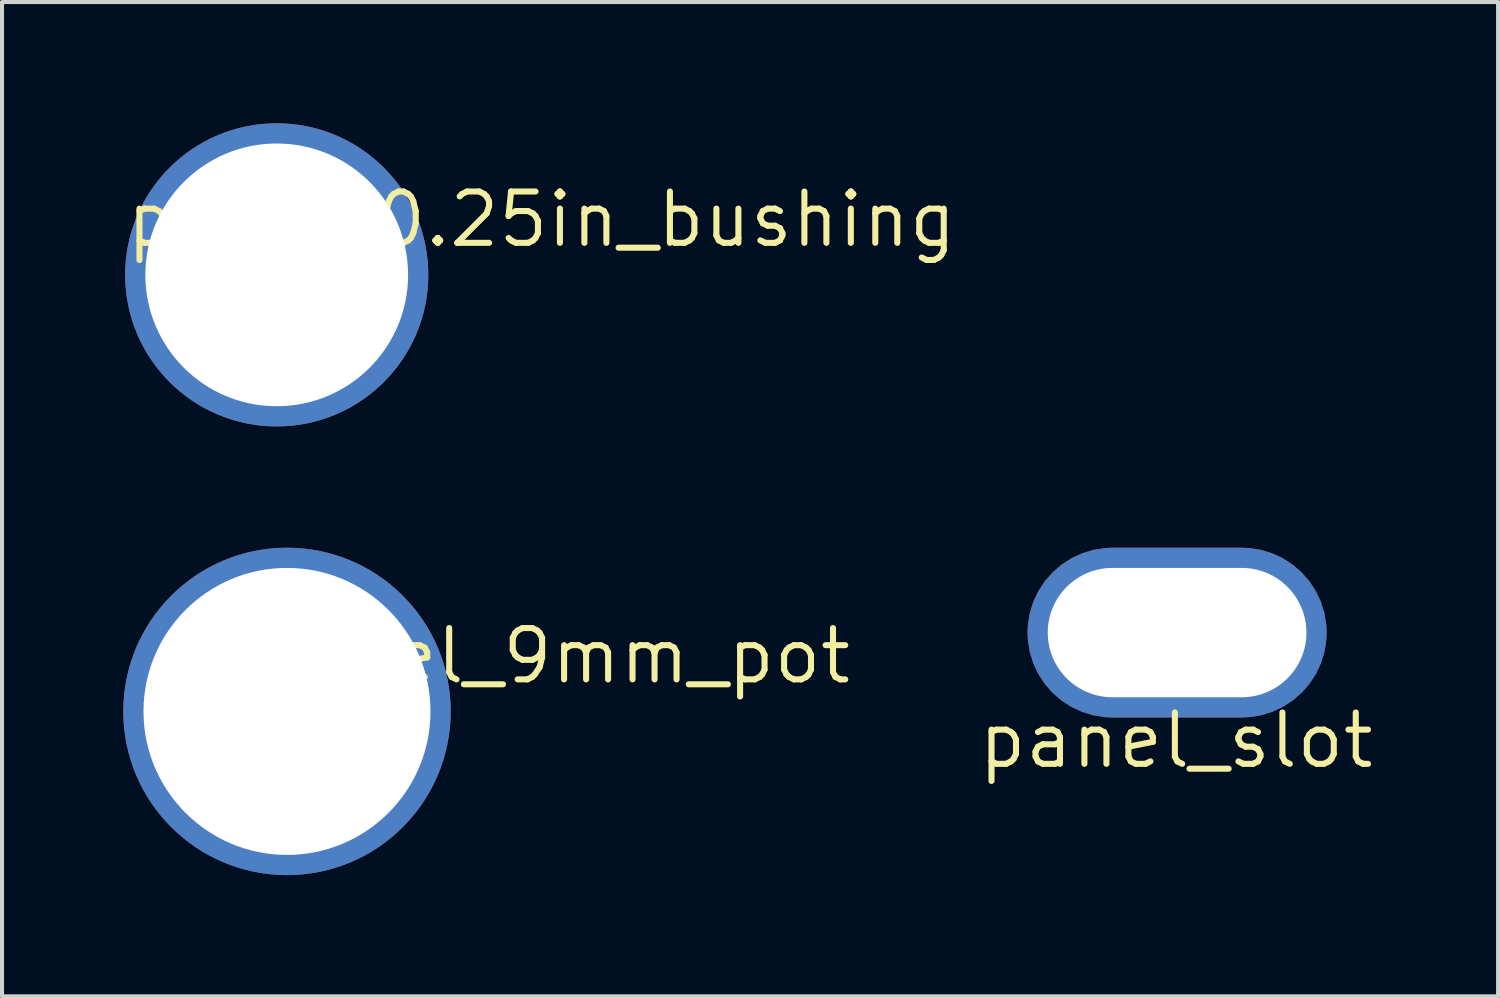
<source format=kicad_pcb>
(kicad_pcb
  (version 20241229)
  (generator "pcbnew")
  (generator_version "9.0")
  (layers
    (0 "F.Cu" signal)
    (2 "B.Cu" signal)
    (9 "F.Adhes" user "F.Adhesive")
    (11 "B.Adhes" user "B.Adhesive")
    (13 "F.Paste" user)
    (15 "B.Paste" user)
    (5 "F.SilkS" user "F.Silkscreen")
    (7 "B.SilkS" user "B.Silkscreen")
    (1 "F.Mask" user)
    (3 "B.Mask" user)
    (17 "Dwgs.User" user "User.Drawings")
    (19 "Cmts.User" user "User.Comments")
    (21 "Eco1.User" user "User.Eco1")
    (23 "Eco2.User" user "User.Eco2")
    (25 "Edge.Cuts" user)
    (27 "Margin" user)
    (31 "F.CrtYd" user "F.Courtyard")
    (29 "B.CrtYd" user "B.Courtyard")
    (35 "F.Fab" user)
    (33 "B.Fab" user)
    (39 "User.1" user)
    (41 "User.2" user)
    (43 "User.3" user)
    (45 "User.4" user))
  (footprint "panel_slot"
    (layer "F.Cu")
    (at 26.071 12.6)
    (property "Reference" "panel_slot" (at -0.025 2.667 0) (layer "F.SilkS") (effects (font (size 1.27 1.27) (thickness 0.15))))
    (attr exclude_from_pos_files exclude_from_bom)
    (pad "" np_thru_hole roundrect (at 0 0) (size 7.4 4.2) (drill oval 6.4 3.2) (layers "*.Cu" "*.Mask") (roundrect_rratio 0.5)))
  (footprint "panel_0.25in_bushing"
    (layer "F.Cu")
    (at 3.796 3.75)
    (property "Reference" "panel_0.25in_bushing" (at 6.553 -1.372 0) (layer "F.SilkS") (effects (font (size 1.27 1.27) (thickness 0.15))))
    (attr exclude_from_pos_files exclude_from_bom)
    (pad "" np_thru_hole circle (at 0 0) (size 7.5 7.5) (drill 6.5) (layers "*.Cu" "*.Mask")))
  (footprint "panel_9mm_pot"
    (layer "F.Cu")
    (at 4.05 14.55)
    (property "Reference" "panel_9mm_pot" (at 6.553 -1.372 0) (layer "F.SilkS") (effects (font (size 1.27 1.27) (thickness 0.15))))
    (attr exclude_from_pos_files exclude_from_bom)
    (pad "" np_thru_hole circle (at 0 0) (size 8.1 8.1) (drill 7.1) (layers "*.Cu" "*.Mask")))
  (gr_rect
    (start -3 -3)
    (end 34.012 21.6)
    (stroke (width 0.1) (type default))
    (fill no)
    (layer "Edge.Cuts")))
</source>
